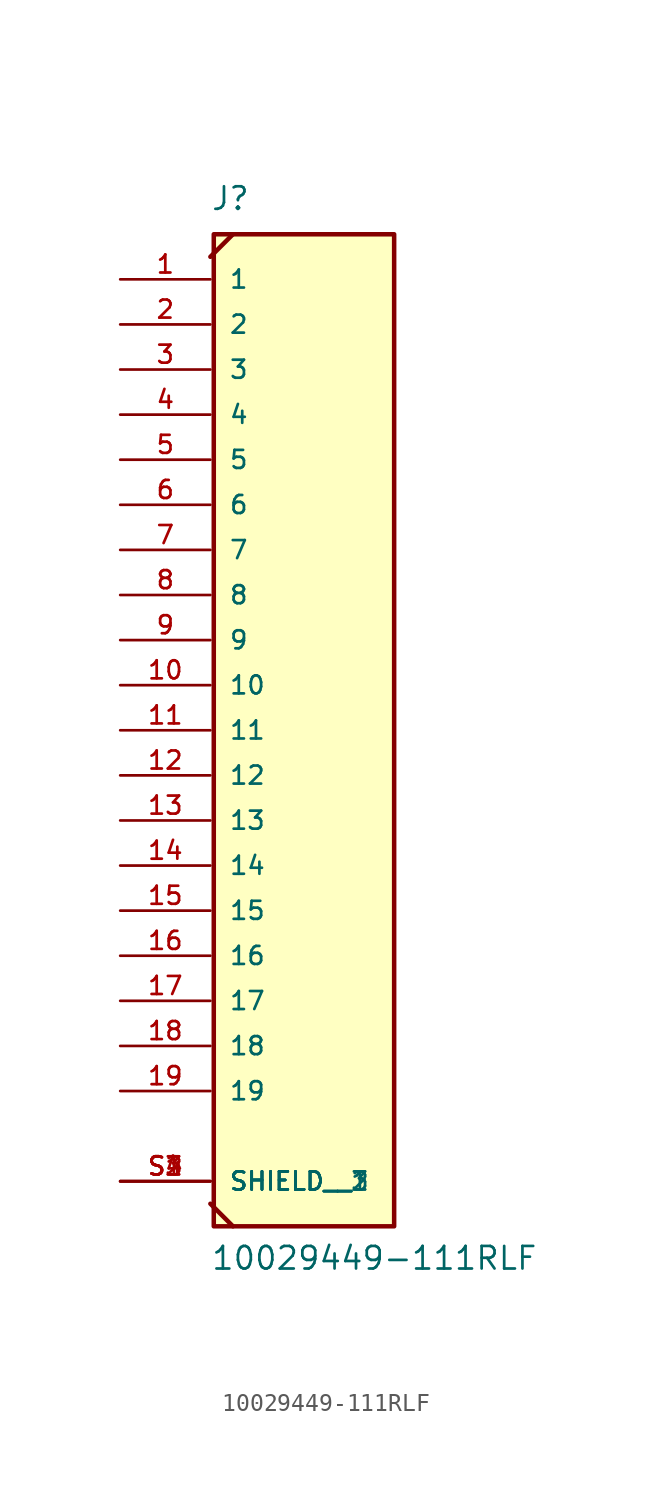
<source format=kicad_sym>
(kicad_symbol_lib
  (version 20211014)
  (generator kicad_symbol_editor)
  (symbol "10029449-111RLF"
    (pin_names
      (offset 1.016))
    (property "Reference" "J"
      (at -5.08 29.21 0)
      (effects (font (size 1.27 1.27)) (justify bottom left)))
    (property "Value" "10029449-111RLF"
      (at -5.08 -30.48 0)
      (effects (font (size 1.27 1.27)) (justify bottom left)))
    (symbol "10029449-111RLF_0_0"
      (polyline (pts (xy -3.81 27.94) (xy -5.08 26.67)) (stroke (width 0.254)))
      (polyline (pts (xy -5.08 -26.67) (xy -3.81 -27.94)) (stroke (width 0.254)))
      (rectangle (start -4.889 -27.94) (end 5.271 27.94) (stroke (width 0.254)) (fill (type background)))
      (pin passive line (at -10.16 25.4 0) (length 5.08) (name "1" (effects (font (size 1.016 1.016)))) (number "1" (effects (font (size 1.016 1.016)))))
      (pin passive line (at -10.16 22.86 0) (length 5.08) (name "2" (effects (font (size 1.016 1.016)))) (number "2" (effects (font (size 1.016 1.016)))))
      (pin passive line (at -10.16 -25.4 0) (length 5.08) (name "SHIELD" (effects (font (size 1.016 1.016)))) (number "S1" (effects (font (size 1.016 1.016)))))
      (pin passive line (at -10.16 20.32 0) (length 5.08) (name "3" (effects (font (size 1.016 1.016)))) (number "3" (effects (font (size 1.016 1.016)))))
      (pin passive line (at -10.16 17.78 0) (length 5.08) (name "4" (effects (font (size 1.016 1.016)))) (number "4" (effects (font (size 1.016 1.016)))))
      (pin passive line (at -10.16 15.24 0) (length 5.08) (name "5" (effects (font (size 1.016 1.016)))) (number "5" (effects (font (size 1.016 1.016)))))
      (pin passive line (at -10.16 12.7 0) (length 5.08) (name "6" (effects (font (size 1.016 1.016)))) (number "6" (effects (font (size 1.016 1.016)))))
      (pin passive line (at -10.16 10.16 0) (length 5.08) (name "7" (effects (font (size 1.016 1.016)))) (number "7" (effects (font (size 1.016 1.016)))))
      (pin passive line (at -10.16 7.62 0) (length 5.08) (name "8" (effects (font (size 1.016 1.016)))) (number "8" (effects (font (size 1.016 1.016)))))
      (pin passive line (at -10.16 5.08 0) (length 5.08) (name "9" (effects (font (size 1.016 1.016)))) (number "9" (effects (font (size 1.016 1.016)))))
      (pin passive line (at -10.16 2.54 0) (length 5.08) (name "10" (effects (font (size 1.016 1.016)))) (number "10" (effects (font (size 1.016 1.016)))))
      (pin passive line (at -10.16 0.0 0) (length 5.08) (name "11" (effects (font (size 1.016 1.016)))) (number "11" (effects (font (size 1.016 1.016)))))
      (pin passive line (at -10.16 -2.54 0) (length 5.08) (name "12" (effects (font (size 1.016 1.016)))) (number "12" (effects (font (size 1.016 1.016)))))
      (pin passive line (at -10.16 -5.08 0) (length 5.08) (name "13" (effects (font (size 1.016 1.016)))) (number "13" (effects (font (size 1.016 1.016)))))
      (pin passive line (at -10.16 -7.62 0) (length 5.08) (name "14" (effects (font (size 1.016 1.016)))) (number "14" (effects (font (size 1.016 1.016)))))
      (pin passive line (at -10.16 -10.16 0) (length 5.08) (name "15" (effects (font (size 1.016 1.016)))) (number "15" (effects (font (size 1.016 1.016)))))
      (pin passive line (at -10.16 -12.7 0) (length 5.08) (name "16" (effects (font (size 1.016 1.016)))) (number "16" (effects (font (size 1.016 1.016)))))
      (pin passive line (at -10.16 -15.24 0) (length 5.08) (name "17" (effects (font (size 1.016 1.016)))) (number "17" (effects (font (size 1.016 1.016)))))
      (pin passive line (at -10.16 -17.78 0) (length 5.08) (name "18" (effects (font (size 1.016 1.016)))) (number "18" (effects (font (size 1.016 1.016)))))
      (pin passive line (at -10.16 -20.32 0) (length 5.08) (name "19" (effects (font (size 1.016 1.016)))) (number "19" (effects (font (size 1.016 1.016)))))
      (pin passive line (at -10.16 -25.4 0) (length 5.08) (name "SHIELD__1" (effects (font (size 1.016 1.016)))) (number "S2" (effects (font (size 1.016 1.016)))))
      (pin passive line (at -10.16 -25.4 0) (length 5.08) (name "SHIELD__2" (effects (font (size 1.016 1.016)))) (number "S3" (effects (font (size 1.016 1.016)))))
      (pin passive line (at -10.16 -25.4 0) (length 5.08) (name "SHIELD__3" (effects (font (size 1.016 1.016)))) (number "S4" (effects (font (size 1.016 1.016))))))))
</source>
